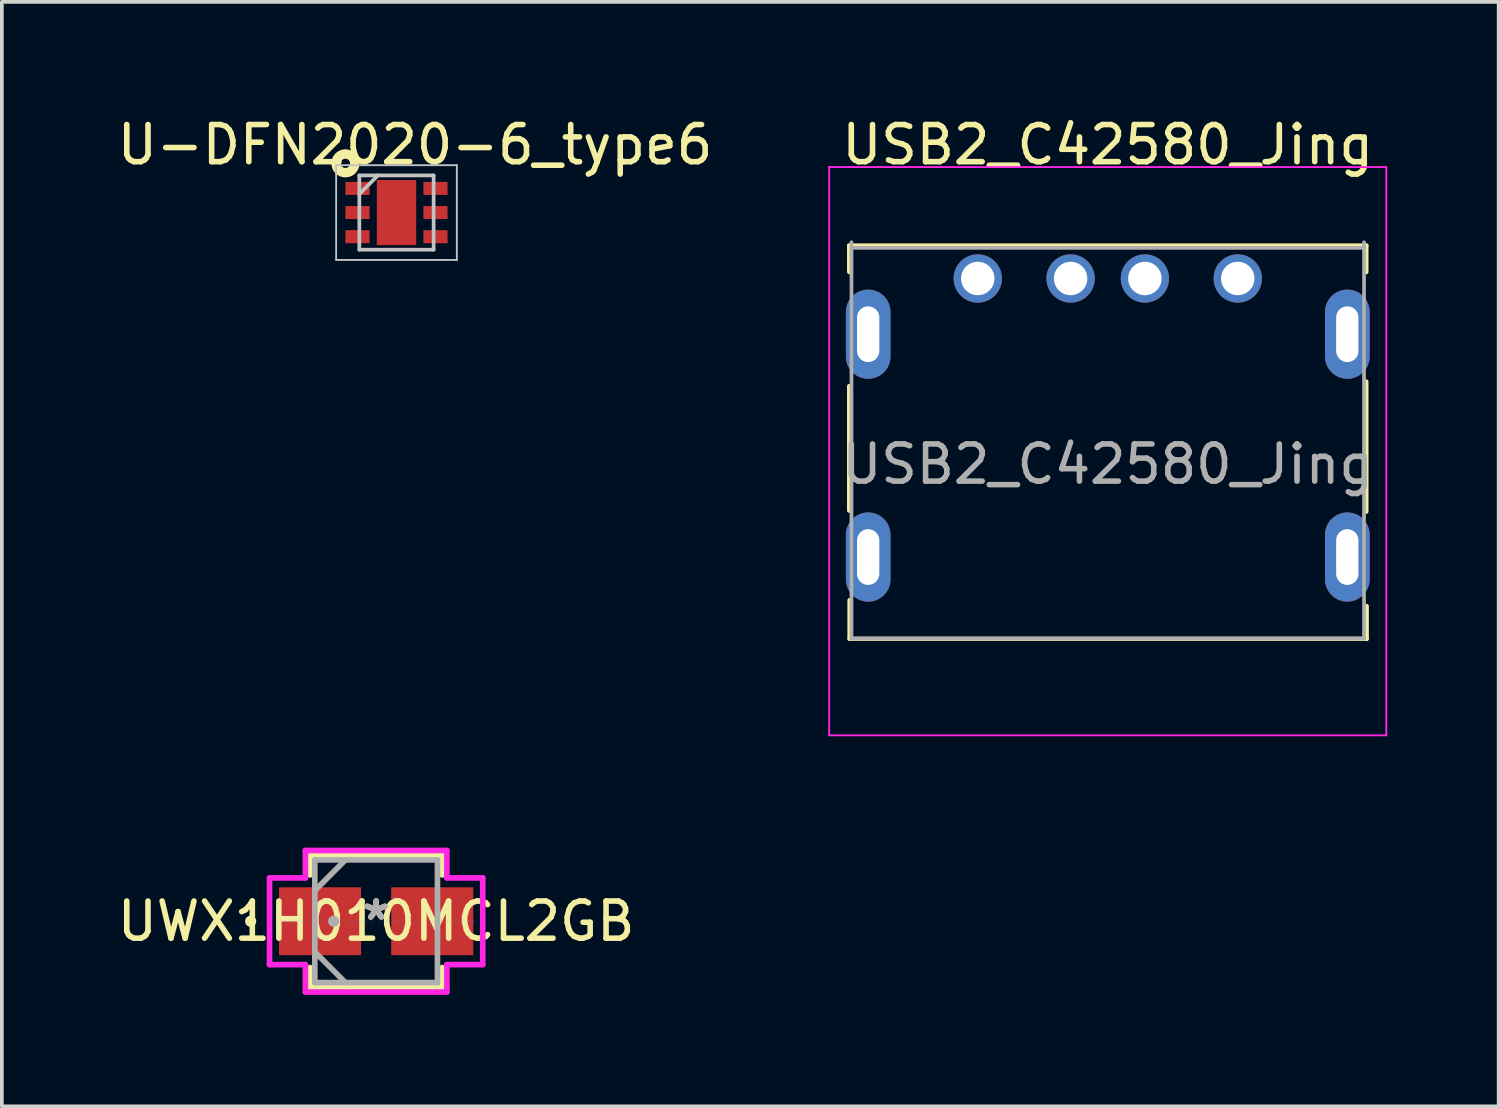
<source format=kicad_pcb>
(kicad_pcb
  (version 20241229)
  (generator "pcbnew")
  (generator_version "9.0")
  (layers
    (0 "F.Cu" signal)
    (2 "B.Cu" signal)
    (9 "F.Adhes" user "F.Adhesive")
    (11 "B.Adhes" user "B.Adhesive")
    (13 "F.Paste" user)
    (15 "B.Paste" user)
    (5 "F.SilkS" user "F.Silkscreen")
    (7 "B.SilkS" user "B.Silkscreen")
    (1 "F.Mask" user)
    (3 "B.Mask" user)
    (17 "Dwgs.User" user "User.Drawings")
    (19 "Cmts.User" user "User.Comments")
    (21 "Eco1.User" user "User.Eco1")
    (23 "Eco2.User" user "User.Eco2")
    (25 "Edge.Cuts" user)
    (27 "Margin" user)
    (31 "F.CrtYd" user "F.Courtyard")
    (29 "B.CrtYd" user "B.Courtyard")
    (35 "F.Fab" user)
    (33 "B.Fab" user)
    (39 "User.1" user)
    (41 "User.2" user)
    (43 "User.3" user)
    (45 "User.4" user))
  (footprint "U-DFN2020-6_type6"
    (layer "F.Cu")
    (at 7.625 2.673)
    (property "Reference" "U-DFN2020-6_type6" (at 0.5 -1.825 0) (layer "F.SilkS") (effects (font (size 1 1) (thickness 0.15))))
    (attr smd)
    (fp_circle (center -1.375 -1.325) (end -1.25 -1.325) (stroke (width 0.254) (type solid)) (fill no) (layer "F.SilkS"))
    (fp_line (start -1.625 -1.275) (end 1.625 -1.275) (stroke (width 0.05) (type solid)) (layer "Dwgs.User"))
    (fp_line (start -1.625 1.275) (end -1.625 -1.275) (stroke (width 0.05) (type solid)) (layer "Dwgs.User"))
    (fp_line (start -1 -1) (end 1 -1) (stroke (width 0.1) (type solid)) (layer "Dwgs.User"))
    (fp_line (start -1 -0.5) (end -0.5 -1) (stroke (width 0.1) (type solid)) (layer "Dwgs.User"))
    (fp_line (start -1 1) (end -1 -1) (stroke (width 0.1) (type solid)) (layer "Dwgs.User"))
    (fp_line (start 1 -1) (end 1 1) (stroke (width 0.1) (type solid)) (layer "Dwgs.User"))
    (fp_line (start 1 1) (end -1 1) (stroke (width 0.1) (type solid)) (layer "Dwgs.User"))
    (fp_line (start 1.625 -1.275) (end 1.625 1.275) (stroke (width 0.05) (type solid)) (layer "Dwgs.User"))
    (fp_line (start 1.625 1.275) (end -1.625 1.275) (stroke (width 0.05) (type solid)) (layer "Dwgs.User"))
    (pad "1" smd rect (at -1.05 -0.65 90) (size 0.35 0.65) (layers "F.Cu" "F.Mask" "F.Paste"))
    (pad "2" smd rect (at -1.05 0 90) (size 0.35 0.65) (layers "F.Cu" "F.Mask" "F.Paste"))
    (pad "3" smd rect (at -1.05 0.65 90) (size 0.35 0.65) (layers "F.Cu" "F.Mask" "F.Paste"))
    (pad "4" smd rect (at 1.05 0.65 90) (size 0.35 0.65) (layers "F.Cu" "F.Mask" "F.Paste"))
    (pad "5" smd rect (at 1.05 0 90) (size 0.35 0.65) (layers "F.Cu" "F.Mask" "F.Paste"))
    (pad "6" smd rect (at 1.05 -0.65 90) (size 0.35 0.65) (layers "F.Cu" "F.Mask" "F.Paste"))
    (pad "7" smd rect (at 0 0) (size 1.06 1.75) (layers "F.Cu" "F.Mask" "F.Paste")))
  (footprint "UWX1H010MCL2GB"
    (layer "F.Cu")
    (at 7.077 21.754)
    (property "Reference" "UWX1H010MCL2GB" (at 0 0 0) (layer "F.SilkS") (effects (font (size 1 1) (thickness 0.15))))
    (attr through_hole)
    (fp_line (start -1.778 -1.778) (end -1.778 -1.247) (stroke (width 0.152) (type solid)) (layer "F.SilkS"))
    (fp_line (start -1.778 1.247) (end -1.778 1.778) (stroke (width 0.152) (type solid)) (layer "F.SilkS"))
    (fp_line (start -1.778 1.778) (end 1.778 1.778) (stroke (width 0.152) (type solid)) (layer "F.SilkS"))
    (fp_line (start 1.778 -1.778) (end -1.778 -1.778) (stroke (width 0.152) (type solid)) (layer "F.SilkS"))
    (fp_line (start 1.778 -1.247) (end 1.778 -1.778) (stroke (width 0.152) (type solid)) (layer "F.SilkS"))
    (fp_line (start 1.778 1.778) (end 1.778 1.247) (stroke (width 0.152) (type solid)) (layer "F.SilkS"))
    (fp_circle (center -3.378 0) (end -3.302 0) (stroke (width 0.152) (type solid)) (fill no) (layer "F.SilkS"))
    (fp_line (start -2.87 -1.168) (end -1.905 -1.168) (stroke (width 0.152) (type solid)) (layer "F.CrtYd"))
    (fp_line (start -2.87 1.168) (end -2.87 -1.168) (stroke (width 0.152) (type solid)) (layer "F.CrtYd"))
    (fp_line (start -1.905 -1.905) (end 1.905 -1.905) (stroke (width 0.152) (type solid)) (layer "F.CrtYd"))
    (fp_line (start -1.905 -1.168) (end -1.905 -1.905) (stroke (width 0.152) (type solid)) (layer "F.CrtYd"))
    (fp_line (start -1.905 1.168) (end -2.87 1.168) (stroke (width 0.152) (type solid)) (layer "F.CrtYd"))
    (fp_line (start -1.905 1.905) (end -1.905 1.168) (stroke (width 0.152) (type solid)) (layer "F.CrtYd"))
    (fp_line (start 1.905 -1.905) (end 1.905 -1.168) (stroke (width 0.152) (type solid)) (layer "F.CrtYd"))
    (fp_line (start 1.905 -1.168) (end 2.87 -1.168) (stroke (width 0.152) (type solid)) (layer "F.CrtYd"))
    (fp_line (start 1.905 1.168) (end 1.905 1.905) (stroke (width 0.152) (type solid)) (layer "F.CrtYd"))
    (fp_line (start 1.905 1.905) (end -1.905 1.905) (stroke (width 0.152) (type solid)) (layer "F.CrtYd"))
    (fp_line (start 2.87 -1.168) (end 2.87 1.168) (stroke (width 0.152) (type solid)) (layer "F.CrtYd"))
    (fp_line (start 2.87 1.168) (end 1.905 1.168) (stroke (width 0.152) (type solid)) (layer "F.CrtYd"))
    (fp_line (start -1.651 -1.651) (end -1.651 1.651) (stroke (width 0.152) (type solid)) (layer "F.Fab"))
    (fp_line (start -1.651 -0.826) (end -0.826 -1.651) (stroke (width 0.152) (type solid)) (layer "F.Fab"))
    (fp_line (start -1.651 0.826) (end -0.826 1.651) (stroke (width 0.152) (type solid)) (layer "F.Fab"))
    (fp_line (start -1.651 1.651) (end 1.651 1.651) (stroke (width 0.152) (type solid)) (layer "F.Fab"))
    (fp_line (start 1.651 -1.651) (end -1.651 -1.651) (stroke (width 0.152) (type solid)) (layer "F.Fab"))
    (fp_line (start 1.651 1.651) (end 1.651 -1.651) (stroke (width 0.152) (type solid)) (layer "F.Fab"))
    (fp_circle (center -1.143 0) (end -1.067 0) (stroke (width 0.152) (type solid)) (fill no) (layer "F.Fab"))
    (fp_text user "*" (at 0 0 0) (layer "F.SilkS") (effects (font (size 1 1) (thickness 0.15))))
    (fp_text user "Copyright 2016 Accelerated Designs. All rights reserved." (at 0 0 0) (layer "Cmts.User") (effects (font (size 0.127 0.127) (thickness 0.002))))
    (fp_text user "*" (at 0 0 0) (layer "F.Fab") (effects (font (size 1 1) (thickness 0.15))))
    (pad "1" smd rect (at -1.511 0) (size 2.21 1.829) (layers "F.Cu" "F.Mask" "F.Paste"))
    (pad "2" smd rect (at 1.511 0) (size 2.21 1.829) (layers "F.Cu" "F.Mask" "F.Paste")))
  (footprint "USB2_C42580_Jing"
    (layer "F.Cu")
    (at 23.275 4.448)
    (property "Reference" "USB2_C42580_Jing" (at 3.5 -3.6 0) (layer "F.SilkS") (effects (font (size 1 1) (thickness 0.15))))
    (attr through_hole)
    (fp_line (start -3.46 -0.885) (end -3.46 -0.175) (stroke (width 0.12) (type solid)) (layer "F.SilkS"))
    (fp_line (start -3.46 -0.885) (end 10.46 -0.885) (stroke (width 0.12) (type solid)) (layer "F.SilkS"))
    (fp_line (start -3.46 6.25) (end -3.46 2.9) (stroke (width 0.12) (type solid)) (layer "F.SilkS"))
    (fp_line (start -3.45 9.7) (end -3.45 8.662) (stroke (width 0.12) (type solid)) (layer "F.SilkS"))
    (fp_line (start -3.45 9.7) (end 10.47 9.7) (stroke (width 0.12) (type solid)) (layer "F.SilkS"))
    (fp_line (start 10.46 -0.885) (end 10.46 -0.175) (stroke (width 0.12) (type solid)) (layer "F.SilkS"))
    (fp_line (start 10.46 6.276) (end 10.46 2.775) (stroke (width 0.12) (type solid)) (layer "F.SilkS"))
    (fp_line (start 10.47 9.7) (end 10.47 8.821) (stroke (width 0.12) (type solid)) (layer "F.SilkS"))
    (fp_line (start -4 -3) (end 11 -3) (stroke (width 0.05) (type solid)) (layer "F.CrtYd"))
    (fp_line (start -4 12.3) (end -4 -3) (stroke (width 0.05) (type solid)) (layer "F.CrtYd"))
    (fp_line (start 11 -3) (end 11 12.3) (stroke (width 0.05) (type solid)) (layer "F.CrtYd"))
    (fp_line (start 11 12.3) (end -4 12.3) (stroke (width 0.05) (type solid)) (layer "F.CrtYd"))
    (fp_line (start -3.4 -0.825) (end 10.4 -0.825) (stroke (width 0.1) (type solid)) (layer "F.Fab"))
    (fp_line (start -3.4 9.7) (end -3.4 -0.975) (stroke (width 0.1) (type solid)) (layer "F.Fab"))
    (fp_line (start 10.4 -0.975) (end 10.4 9.7) (stroke (width 0.1) (type solid)) (layer "F.Fab"))
    (fp_line (start 10.4 9.7) (end -3.4 9.7) (stroke (width 0.1) (type solid)) (layer "F.Fab"))
    (fp_text user "${REFERENCE}" (at 3.5 5 0) (layer "F.Fab") (effects (font (size 1 1) (thickness 0.15))))
    (pad "1" thru_hole circle (at 0 0) (size 1.3 1.3) (drill 0.9) (layers "*.Cu" "*.Mask"))
    (pad "2" thru_hole circle (at 2.5 0) (size 1.3 1.3) (drill 0.9) (layers "*.Cu" "*.Mask"))
    (pad "3" thru_hole circle (at 4.5 0) (size 1.3 1.3) (drill 0.9) (layers "*.Cu" "*.Mask"))
    (pad "4" thru_hole circle (at 7 0) (size 1.3 1.3) (drill 0.9) (layers "*.Cu" "*.Mask"))
    (pad "10" thru_hole oval (at -2.95 1.5) (size 1.2 2.4) (drill oval 0.6 1.5) (layers "*.Cu" "*.Mask"))
    (pad "10" thru_hole oval (at -2.95 7.5) (size 1.2 2.4) (drill oval 0.6 1.5) (layers "*.Cu" "*.Mask"))
    (pad "10" thru_hole oval (at 9.95 1.5) (size 1.2 2.4) (drill oval 0.6 1.5) (layers "*.Cu" "*.Mask"))
    (pad "10" thru_hole oval (at 9.95 7.5) (size 1.2 2.4) (drill oval 0.6 1.5) (layers "*.Cu" "*.Mask")))
  (gr_rect
    (start -3 -3)
    (end 37.3 26.736)
    (stroke (width 0.1) (type default))
    (fill no)
    (layer "Edge.Cuts")))
</source>
